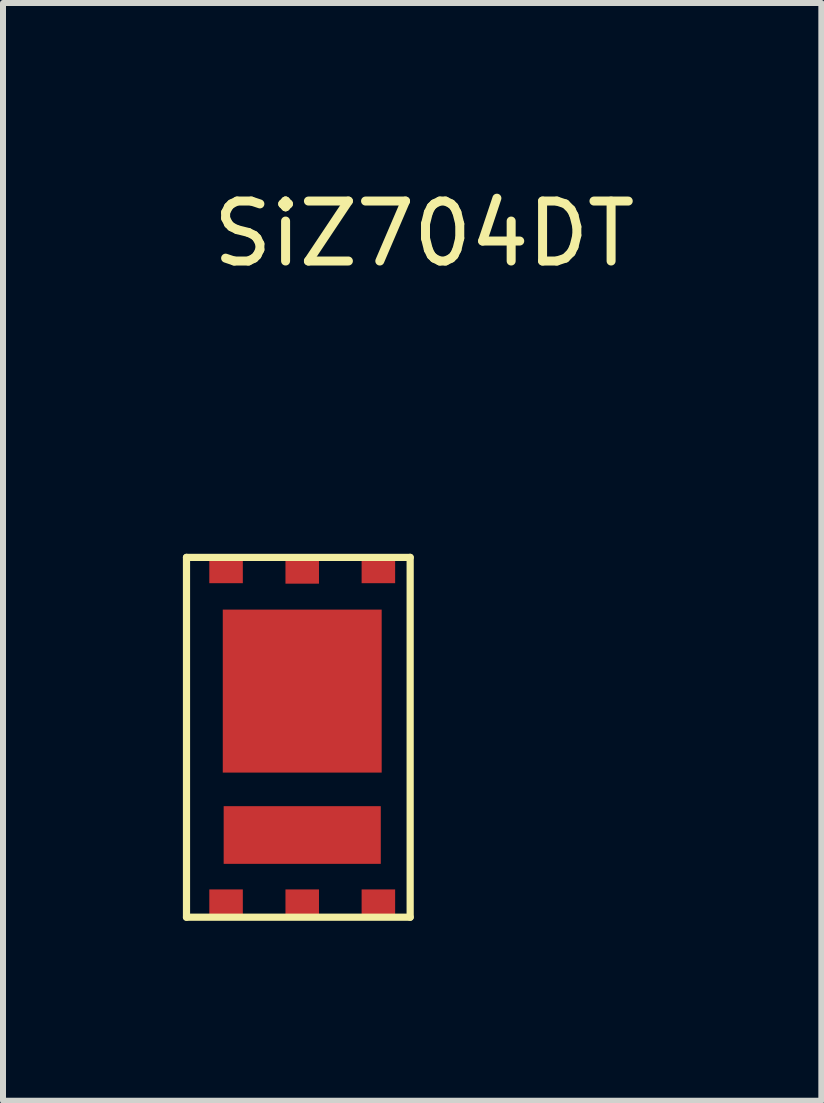
<source format=kicad_pcb>
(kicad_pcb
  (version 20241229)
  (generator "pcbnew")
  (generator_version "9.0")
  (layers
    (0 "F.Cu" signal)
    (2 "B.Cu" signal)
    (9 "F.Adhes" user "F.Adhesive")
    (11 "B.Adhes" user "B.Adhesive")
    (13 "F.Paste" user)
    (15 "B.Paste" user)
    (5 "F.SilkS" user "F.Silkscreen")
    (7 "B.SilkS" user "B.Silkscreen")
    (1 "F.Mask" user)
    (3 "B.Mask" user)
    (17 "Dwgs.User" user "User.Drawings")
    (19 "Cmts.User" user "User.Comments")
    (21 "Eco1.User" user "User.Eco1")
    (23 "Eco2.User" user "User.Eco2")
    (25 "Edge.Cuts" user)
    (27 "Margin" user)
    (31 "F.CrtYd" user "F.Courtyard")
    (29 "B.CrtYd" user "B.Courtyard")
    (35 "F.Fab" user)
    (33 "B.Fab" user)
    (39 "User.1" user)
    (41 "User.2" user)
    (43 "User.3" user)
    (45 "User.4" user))
  (footprint "SiZ704DT"
    (layer "F.Cu")
    (at 0.72 12.024)
    (property "Reference" "SiZ704DT" (at 3.302 -11.176 0) (layer "F.SilkS") (effects (font (size 1 1) (thickness 0.15))))
    (attr through_hole)
    (fp_line (start -0.66 -5.779) (end -0.66 0.222) (stroke (width 0.12) (type solid)) (layer "F.SilkS"))
    (fp_line (start -0.66 -5.779) (end 3.07 -5.779) (stroke (width 0.12) (type solid)) (layer "F.SilkS"))
    (fp_line (start -0.66 0.222) (end 3.07 0.222) (stroke (width 0.12) (type solid)) (layer "F.SilkS"))
    (fp_line (start 3.07 -5.779) (end 3.07 0.222) (stroke (width 0.12) (type solid)) (layer "F.SilkS"))
    (pad "D1" smd rect (at 1.27 -1.149) (size 2.62 0.962) (layers "F.Cu" "F.Mask" "F.Paste"))
    (pad "D1" smd rect (at 1.27 0) (size 0.559 0.483) (layers "F.Cu" "F.Mask" "F.Paste"))
    (pad "D1" smd rect (at 2.54 0) (size 0.559 0.483) (layers "F.Cu" "F.Mask" "F.Paste"))
    (pad "G1" smd rect (at 0 0) (size 0.559 0.483) (layers "F.Cu" "F.Mask" "F.Paste"))
    (pad "G2" smd rect (at 0 -5.59) (size 0.559 0.483) (layers "F.Cu" "F.Mask" "F.Paste"))
    (pad "S1/D2" smd rect (at 1.27 -3.549) (size 2.65 2.718) (layers "F.Cu" "F.Mask" "F.Paste"))
    (pad "S2" smd rect (at 1.27 -5.582) (size 0.559 0.483) (layers "F.Cu" "F.Mask" "F.Paste"))
    (pad "S2" smd rect (at 2.54 -5.59) (size 0.559 0.483) (layers "F.Cu" "F.Mask" "F.Paste")))
  (gr_rect
    (start -3 -3)
    (end 10.647 15.306)
    (stroke (width 0.1) (type default))
    (fill no)
    (layer "Edge.Cuts")))
</source>
